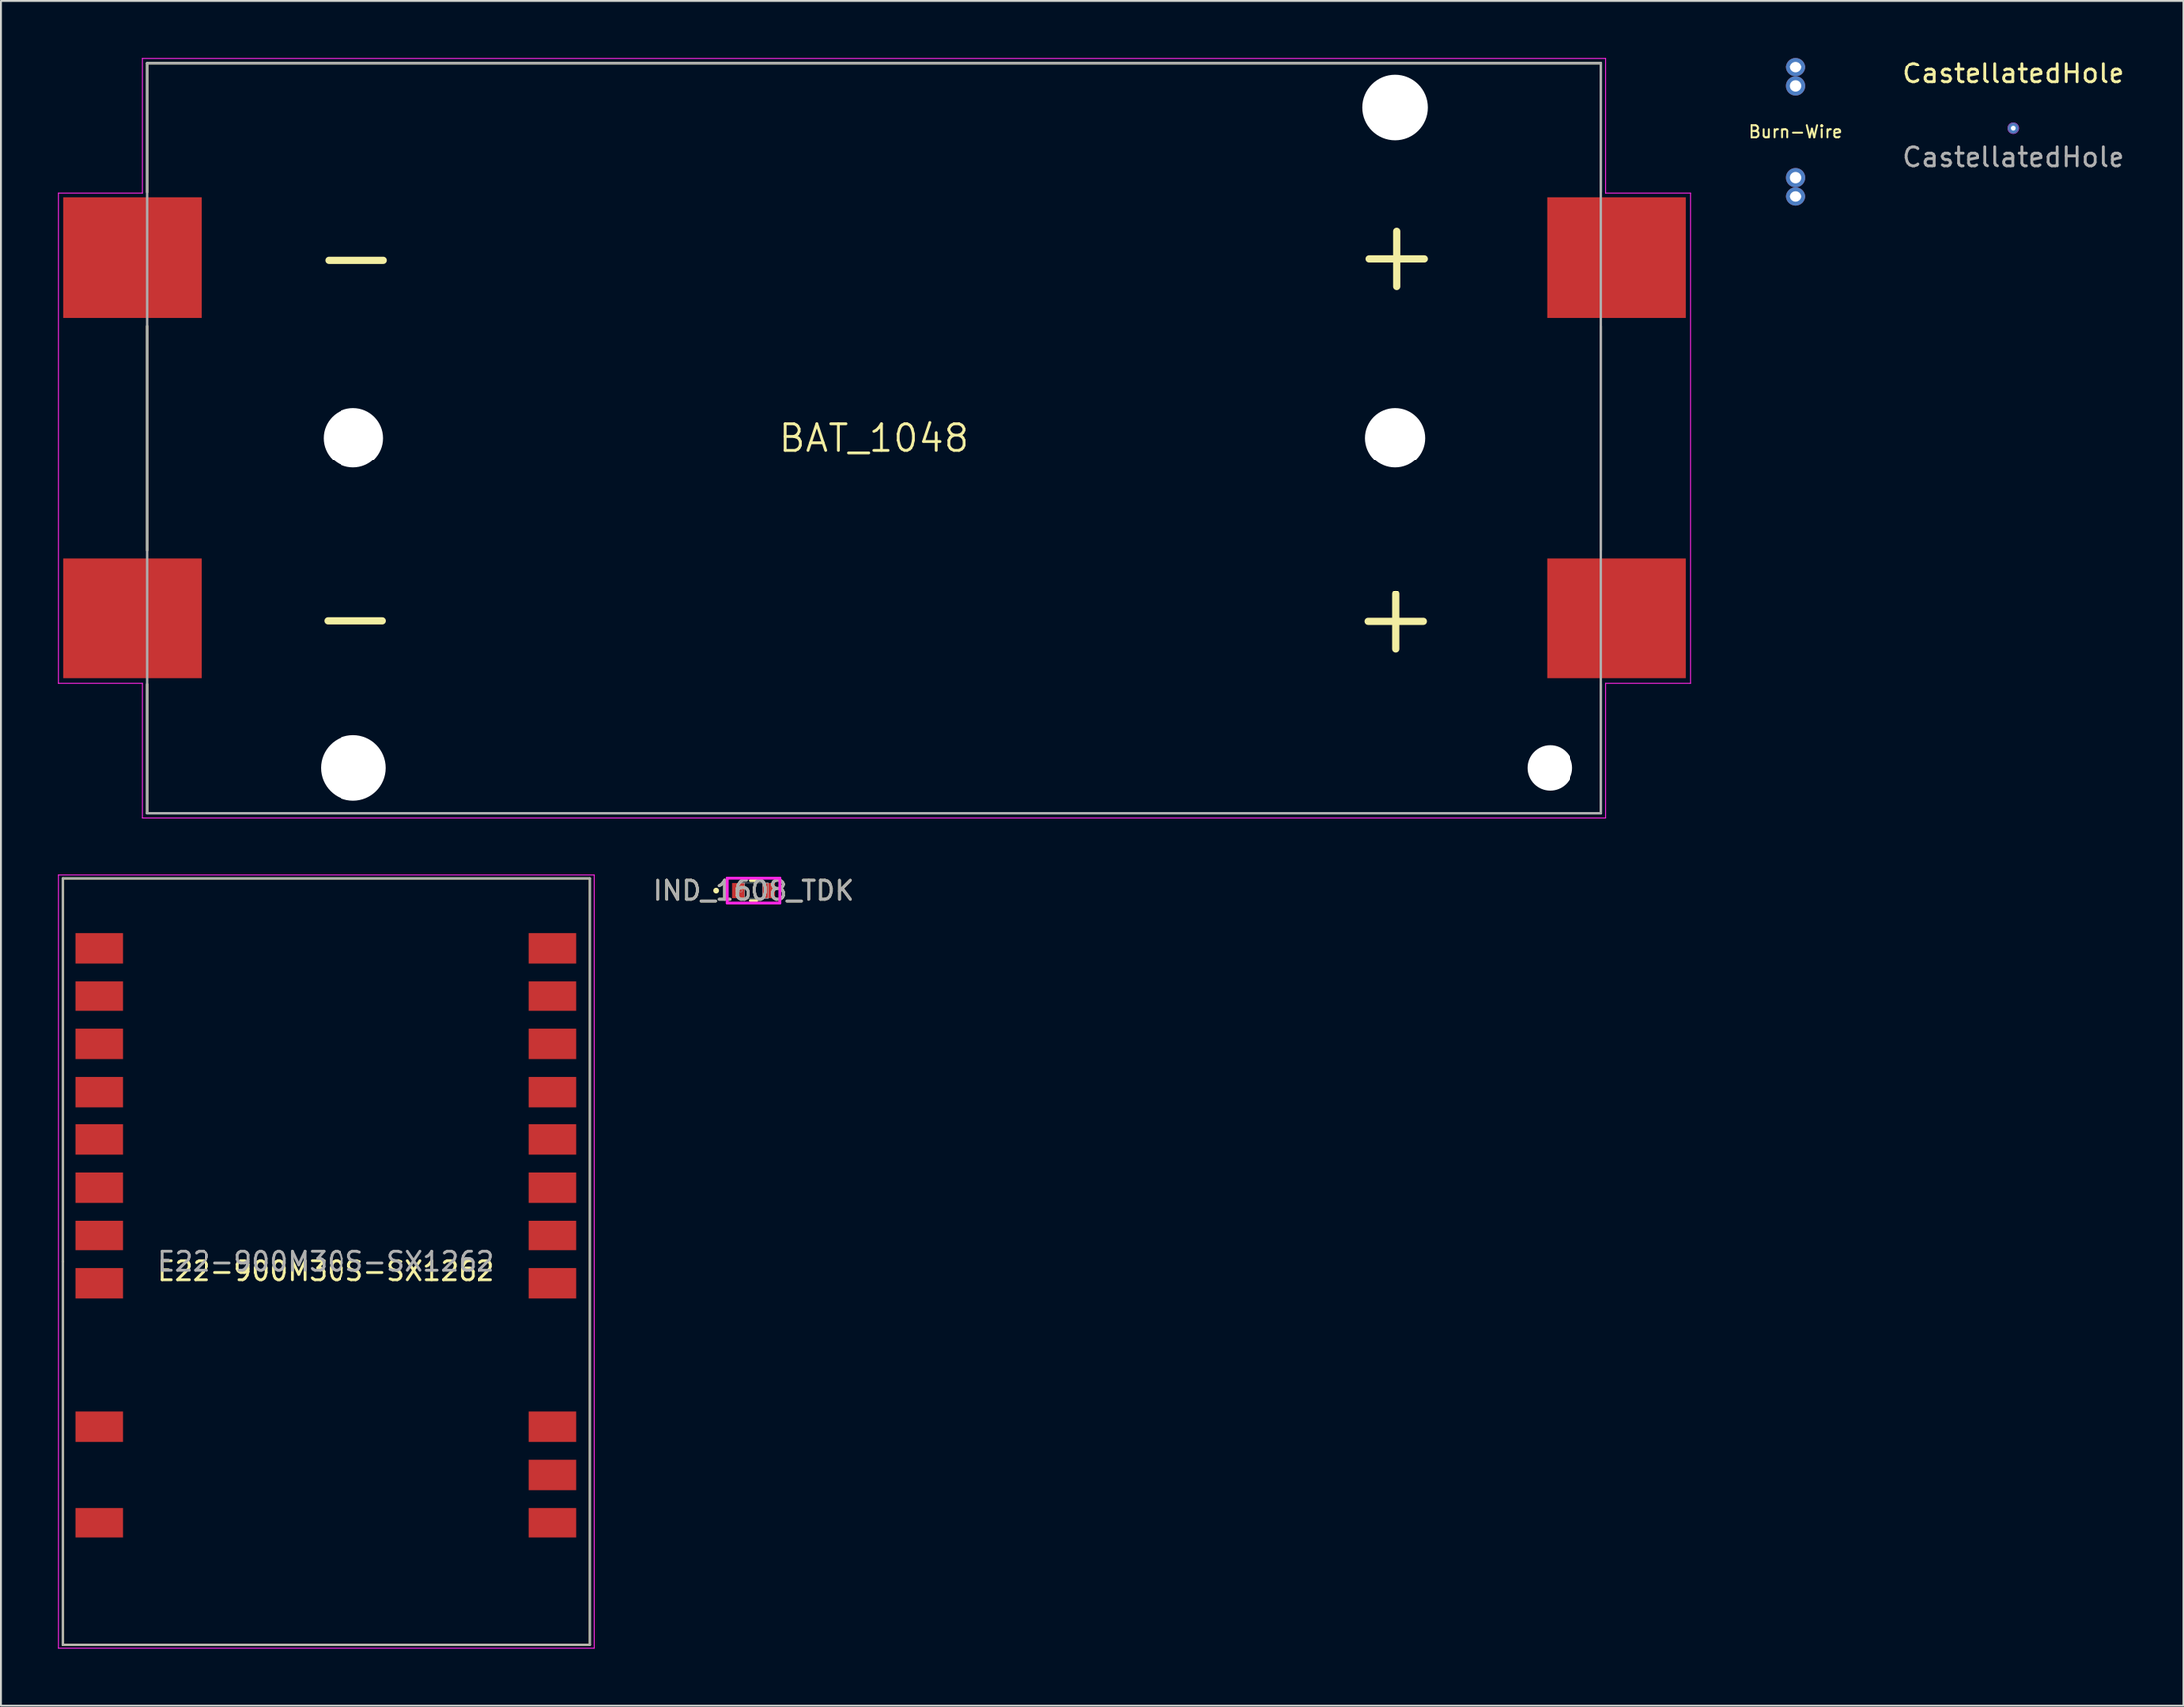
<source format=kicad_pcb>
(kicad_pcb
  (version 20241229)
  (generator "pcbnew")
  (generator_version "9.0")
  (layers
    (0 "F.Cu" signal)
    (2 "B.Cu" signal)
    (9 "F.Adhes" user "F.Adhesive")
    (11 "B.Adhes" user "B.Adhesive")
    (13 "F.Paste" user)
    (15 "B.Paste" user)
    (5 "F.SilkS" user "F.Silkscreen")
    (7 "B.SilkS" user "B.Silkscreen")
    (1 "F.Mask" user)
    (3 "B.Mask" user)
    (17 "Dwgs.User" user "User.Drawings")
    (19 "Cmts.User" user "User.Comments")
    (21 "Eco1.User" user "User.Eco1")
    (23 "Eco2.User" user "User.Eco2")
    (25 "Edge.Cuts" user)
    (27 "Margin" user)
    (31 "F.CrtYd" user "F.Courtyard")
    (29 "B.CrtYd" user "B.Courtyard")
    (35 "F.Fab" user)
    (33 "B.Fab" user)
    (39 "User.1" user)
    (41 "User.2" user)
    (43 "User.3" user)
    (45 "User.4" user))
  (footprint "E22-900M30S-SX1262"
    (layer "F.Cu")
    (at 14.225 62.445)
    (property "Reference" "E22-900M30S-SX1262" (at 0 1.91 0) (layer "F.SilkS") (effects (font (size 1 1) (thickness 0.15))))
    (attr smd)
    (fp_line (start -13.97 -18.91) (end -13.97 1.41) (stroke (width 0.12) (type solid)) (layer "F.SilkS"))
    (fp_line (start -13.97 1.41) (end -13.97 21.73) (stroke (width 0.12) (type solid)) (layer "F.SilkS"))
    (fp_line (start -13.97 21.73) (end 13.97 21.73) (stroke (width 0.12) (type solid)) (layer "F.SilkS"))
    (fp_line (start 13.97 -18.91) (end -13.97 -18.91) (stroke (width 0.12) (type solid)) (layer "F.SilkS"))
    (fp_line (start 13.97 21.73) (end 13.97 -18.91) (stroke (width 0.12) (type solid)) (layer "F.SilkS"))
    (fp_line (start -14.2 -19.09) (end 14.2 -19.09) (stroke (width 0.05) (type solid)) (layer "F.CrtYd"))
    (fp_line (start -14.2 21.91) (end -14.2 -19.09) (stroke (width 0.05) (type solid)) (layer "F.CrtYd"))
    (fp_line (start 14.2 -19.09) (end 14.2 21.91) (stroke (width 0.05) (type solid)) (layer "F.CrtYd"))
    (fp_line (start 14.2 21.91) (end -14.2 21.91) (stroke (width 0.05) (type solid)) (layer "F.CrtYd"))
    (fp_line (start -13.97 -18.91) (end -13.97 21.73) (stroke (width 0.1) (type solid)) (layer "F.Fab"))
    (fp_line (start -13.97 21.73) (end 13.97 21.73) (stroke (width 0.1) (type solid)) (layer "F.Fab"))
    (fp_line (start 13.97 -18.91) (end -13.97 -18.91) (stroke (width 0.1) (type solid)) (layer "F.Fab"))
    (fp_line (start 13.97 21.73) (end 13.97 -18.91) (stroke (width 0.1) (type solid)) (layer "F.Fab"))
    (fp_text user "${REFERENCE}" (at 0 1.41 0) (layer "F.Fab") (effects (font (size 1 1) (thickness 0.15))))
    (pad "1" smd rect (at 12 15.23) (size 2.5 1.6) (layers "F.Cu" "F.Mask" "F.Paste"))
    (pad "2" smd rect (at 12 12.69) (size 2.5 1.6) (layers "F.Cu" "F.Mask" "F.Paste"))
    (pad "3" smd rect (at 12 10.15) (size 2.5 1.6) (layers "F.Cu" "F.Mask" "F.Paste"))
    (pad "4" smd rect (at 12 2.55) (size 2.5 1.6) (layers "F.Cu" "F.Mask" "F.Paste"))
    (pad "5" smd rect (at 12 0.01) (size 2.5 1.6) (layers "F.Cu" "F.Mask" "F.Paste"))
    (pad "6" smd rect (at 12 -2.53) (size 2.5 1.6) (layers "F.Cu" "F.Mask" "F.Paste"))
    (pad "7" smd rect (at 12 -5.07) (size 2.5 1.6) (layers "F.Cu" "F.Mask" "F.Paste"))
    (pad "8" smd rect (at 12 -7.61) (size 2.5 1.6) (layers "F.Cu" "F.Mask" "F.Paste"))
    (pad "9" smd rect (at 12 -10.15) (size 2.5 1.6) (layers "F.Cu" "F.Mask" "F.Paste"))
    (pad "10" smd rect (at 12 -12.69) (size 2.5 1.6) (layers "F.Cu" "F.Mask" "F.Paste"))
    (pad "11" smd rect (at 12 -15.23) (size 2.5 1.6) (layers "F.Cu" "F.Mask" "F.Paste"))
    (pad "12" smd rect (at -12 -15.23) (size 2.5 1.6) (layers "F.Cu" "F.Mask" "F.Paste"))
    (pad "13" smd rect (at -12 -12.69) (size 2.5 1.6) (layers "F.Cu" "F.Mask" "F.Paste"))
    (pad "14" smd rect (at -12 -10.15) (size 2.5 1.6) (layers "F.Cu" "F.Mask" "F.Paste"))
    (pad "15" smd rect (at -12 -7.61) (size 2.5 1.6) (layers "F.Cu" "F.Mask" "F.Paste"))
    (pad "16" smd rect (at -12 -5.07) (size 2.5 1.6) (layers "F.Cu" "F.Mask" "F.Paste"))
    (pad "17" smd rect (at -12 -2.53) (size 2.5 1.6) (layers "F.Cu" "F.Mask" "F.Paste"))
    (pad "18" smd rect (at -12 0.01) (size 2.5 1.6) (layers "F.Cu" "F.Mask" "F.Paste"))
    (pad "19" smd rect (at -12 2.55) (size 2.5 1.6) (layers "F.Cu" "F.Mask" "F.Paste"))
    (pad "20" smd rect (at -12 10.15) (size 2.5 1.6) (layers "F.Cu" "F.Mask" "F.Paste"))
    (pad "22" smd rect (at -12 15.23) (size 2.5 1.6) (layers "F.Cu" "F.Mask" "F.Paste")))
  (footprint "IND_1608_TDK"
    (layer "F.Cu")
    (at 36.885 44.178)
    (property "Reference" "IND_1608_TDK" (at 0 0 0) (unlocked yes) (layer "F.SilkS") (effects (font (size 1 1) (thickness 0.15))))
    (attr smd)
    (fp_line (start -0.192 0.527) (end 0.192 0.527) (stroke (width 0.152) (type solid)) (layer "F.SilkS"))
    (fp_line (start 0.192 -0.527) (end -0.192 -0.527) (stroke (width 0.152) (type solid)) (layer "F.SilkS"))
    (fp_circle (center -1.994 0) (end -1.918 0) (stroke (width 0.152) (type solid)) (fill no) (layer "F.SilkS"))
    (fp_line (start -1.41 -0.654) (end 1.41 -0.654) (stroke (width 0.152) (type solid)) (layer "F.CrtYd"))
    (fp_line (start -1.41 0.654) (end -1.41 -0.654) (stroke (width 0.152) (type solid)) (layer "F.CrtYd"))
    (fp_line (start 1.41 -0.654) (end 1.41 0.654) (stroke (width 0.152) (type solid)) (layer "F.CrtYd"))
    (fp_line (start 1.41 0.654) (end -1.41 0.654) (stroke (width 0.152) (type solid)) (layer "F.CrtYd"))
    (fp_line (start -0.8 -0.4) (end -0.8 0.4) (stroke (width 0.025) (type solid)) (layer "F.Fab"))
    (fp_line (start -0.8 -0.4) (end -0.8 0.4) (stroke (width 0.025) (type solid)) (layer "F.Fab"))
    (fp_line (start -0.8 0.4) (end -0.5 0.4) (stroke (width 0.025) (type solid)) (layer "F.Fab"))
    (fp_line (start -0.8 0.4) (end 0.8 0.4) (stroke (width 0.025) (type solid)) (layer "F.Fab"))
    (fp_line (start -0.5 -0.4) (end -0.8 -0.4) (stroke (width 0.025) (type solid)) (layer "F.Fab"))
    (fp_line (start -0.5 0.4) (end -0.5 -0.4) (stroke (width 0.025) (type solid)) (layer "F.Fab"))
    (fp_line (start 0.5 -0.4) (end 0.5 0.4) (stroke (width 0.025) (type solid)) (layer "F.Fab"))
    (fp_line (start 0.5 0.4) (end 0.8 0.4) (stroke (width 0.025) (type solid)) (layer "F.Fab"))
    (fp_line (start 0.8 -0.4) (end -0.8 -0.4) (stroke (width 0.025) (type solid)) (layer "F.Fab"))
    (fp_line (start 0.8 -0.4) (end 0.5 -0.4) (stroke (width 0.025) (type solid)) (layer "F.Fab"))
    (fp_line (start 0.8 0.4) (end 0.8 -0.4) (stroke (width 0.025) (type solid)) (layer "F.Fab"))
    (fp_line (start 0.8 0.4) (end 0.8 -0.4) (stroke (width 0.025) (type solid)) (layer "F.Fab"))
    (fp_circle (center -0.701 0) (end -0.625 0) (stroke (width 0.025) (type solid)) (fill no) (layer "F.Fab"))
    (fp_text user "${REFERENCE}" (at 0 0 0) (unlocked yes) (layer "F.Fab") (effects (font (size 1 1) (thickness 0.15))))
    (pad "1" smd rect (at -0.828 0) (size 0.656 0.8) (layers "F.Cu" "F.Mask" "F.Paste"))
    (pad "2" smd rect (at 0.828 0) (size 0.656 0.8) (layers "F.Cu" "F.Mask" "F.Paste"))
    (zone (net_name "") (layer "F.Cu") (hatch full 0.508) (connect_pads) (min_thickness 0.254) (filled_areas_thickness no) (keepout (tracks not_allowed) (vias not_allowed) (pads allowed) (copperpour not_allowed) (footprints allowed)) (placement (enabled no)) (fill) (polygon (pts (xy 36.435 43.829) (xy 37.334 43.829) (xy 37.334 44.527) (xy 36.435 44.527)))))
  (footprint "Burn-Wire"
    (layer "F.Cu")
    (at 92.103 3.937)
    (property "Reference" "Burn-Wire" (at 0 0 180) (layer "F.SilkS") (effects (font (size 0.635 0.635) (thickness 0.102))))
    (attr through_hole)
    (pad "1" thru_hole circle (at 0 -3.429) (size 1.016 1.016) (drill 0.6) (layers "*.Cu" "*.Mask"))
    (pad "1" thru_hole circle (at 0 -2.413) (size 1.016 1.016) (drill 0.6) (layers "*.Cu" "*.Mask"))
    (pad "2" thru_hole circle (at 0 2.413) (size 1.016 1.016) (drill 0.6) (layers "*.Cu" "*.Mask"))
    (pad "2" thru_hole circle (at 0 3.429) (size 1.016 1.016) (drill 0.6) (layers "*.Cu" "*.Mask")))
  (footprint "BAT_1048"
    (layer "F.Cu")
    (at 43.275 20.165)
    (property "Reference" "BAT_1048" (at 0 0 0) (layer "F.SilkS") (effects (font (size 1.4 1.4) (thickness 0.15))))
    (attr through_hole)
    (fp_line (start -38.53 -19.89) (end 38.53 -19.89) (stroke (width 0.127) (type solid)) (layer "F.SilkS"))
    (fp_line (start -38.53 -13.05) (end -38.53 -19.89) (stroke (width 0.127) (type solid)) (layer "F.SilkS"))
    (fp_line (start -38.53 -5.95) (end -38.53 5.95) (stroke (width 0.127) (type solid)) (layer "F.SilkS"))
    (fp_line (start -38.53 13.05) (end -38.53 19.89) (stroke (width 0.127) (type solid)) (layer "F.SilkS"))
    (fp_line (start -38.53 19.89) (end 38.53 19.89) (stroke (width 0.127) (type solid)) (layer "F.SilkS"))
    (fp_line (start 38.53 -19.89) (end 38.53 -13.05) (stroke (width 0.127) (type solid)) (layer "F.SilkS"))
    (fp_line (start 38.53 -5.95) (end 38.53 5.95) (stroke (width 0.127) (type solid)) (layer "F.SilkS"))
    (fp_line (start 38.53 19.89) (end 38.53 13.05) (stroke (width 0.127) (type solid)) (layer "F.SilkS"))
    (fp_line (start -43.25 -13) (end -38.78 -13) (stroke (width 0.05) (type solid)) (layer "F.CrtYd"))
    (fp_line (start -43.25 13) (end -43.25 -13) (stroke (width 0.05) (type solid)) (layer "F.CrtYd"))
    (fp_line (start -38.78 -20.14) (end 38.78 -20.14) (stroke (width 0.05) (type solid)) (layer "F.CrtYd"))
    (fp_line (start -38.78 -13) (end -38.78 -20.14) (stroke (width 0.05) (type solid)) (layer "F.CrtYd"))
    (fp_line (start -38.78 13) (end -43.25 13) (stroke (width 0.05) (type solid)) (layer "F.CrtYd"))
    (fp_line (start -38.78 20.14) (end -38.78 13) (stroke (width 0.05) (type solid)) (layer "F.CrtYd"))
    (fp_line (start 38.78 -20.14) (end 38.78 -13) (stroke (width 0.05) (type solid)) (layer "F.CrtYd"))
    (fp_line (start 38.78 -13) (end 43.25 -13) (stroke (width 0.05) (type solid)) (layer "F.CrtYd"))
    (fp_line (start 38.78 13) (end 38.78 20.14) (stroke (width 0.05) (type solid)) (layer "F.CrtYd"))
    (fp_line (start 38.78 20.14) (end -38.78 20.14) (stroke (width 0.05) (type solid)) (layer "F.CrtYd"))
    (fp_line (start 43.25 -13) (end 43.25 13) (stroke (width 0.05) (type solid)) (layer "F.CrtYd"))
    (fp_line (start 43.25 13) (end 38.78 13) (stroke (width 0.05) (type solid)) (layer "F.CrtYd"))
    (fp_line (start -38.53 -19.89) (end 38.53 -19.89) (stroke (width 0.127) (type solid)) (layer "F.Fab"))
    (fp_line (start -38.53 19.89) (end -38.53 -19.89) (stroke (width 0.127) (type solid)) (layer "F.Fab"))
    (fp_line (start 38.53 -19.89) (end 38.53 19.89) (stroke (width 0.127) (type solid)) (layer "F.Fab"))
    (fp_line (start 38.53 19.89) (end -38.53 19.89) (stroke (width 0.127) (type solid)) (layer "F.Fab"))
    (fp_text user "-" (at -27.508 9.423 0) (unlocked yes) (layer "F.SilkS") (effects (font (size 3.81 3.81) (thickness 0.381)) (justify mirror)))
    (fp_text user "-" (at -27.457 -9.703 0) (unlocked yes) (layer "F.SilkS") (effects (font (size 3.81 3.81) (thickness 0.381)) (justify mirror)))
    (fp_text user "+" (at 27.635 9.449 0) (unlocked yes) (layer "F.SilkS") (effects (font (size 3.81 3.81) (thickness 0.381)) (justify mirror)))
    (fp_text user "+" (at 27.686 -9.779 0) (unlocked yes) (layer "F.SilkS") (effects (font (size 3.81 3.81) (thickness 0.381)) (justify mirror)))
    (pad "" np_thru_hole circle (at -27.6 0) (size 3.17 3.17) (drill 3.17) (layers "*.Cu" "*.Mask"))
    (pad "" np_thru_hole circle (at -27.6 17.505) (size 3.45 3.45) (drill 3.45) (layers "*.Cu" "*.Mask"))
    (pad "" np_thru_hole circle (at 27.6 -17.505) (size 3.45 3.45) (drill 3.45) (layers "*.Cu" "*.Mask"))
    (pad "" np_thru_hole circle (at 27.6 0) (size 3.17 3.17) (drill 3.17) (layers "*.Cu" "*.Mask"))
    (pad "" np_thru_hole circle (at 35.82 17.505) (size 2.39 2.39) (drill 2.39) (layers "*.Cu" "*.Mask"))
    (pad "1" smd rect (at -39.33 -9.555) (size 7.34 6.35) (layers "F.Cu" "F.Mask" "F.Paste"))
    (pad "2" smd rect (at 39.33 -9.555) (size 7.34 6.35) (layers "F.Cu" "F.Mask" "F.Paste"))
    (pad "3" smd rect (at -39.33 9.555) (size 7.34 6.35) (layers "F.Cu" "F.Mask" "F.Paste"))
    (pad "4" smd rect (at 39.33 9.555) (size 7.34 6.35) (layers "F.Cu" "F.Mask" "F.Paste")))
  (footprint "CastellatedHole"
    (layer "F.Cu")
    (at 103.663 3.748)
    (property "Reference" "CastellatedHole" (at 0 -2.9 0) (layer "F.SilkS") (effects (font (size 1 1) (thickness 0.15))))
    (attr exclude_from_pos_files exclude_from_bom)
    (fp_circle (center 0 0) (end 0.275 0) (stroke (width 0.025) (type solid)) (fill no) (layer "Cmts.User"))
    (fp_circle (center 0 0) (end 0.29 0) (stroke (width 0.025) (type solid)) (fill no) (layer "F.CrtYd"))
    (fp_text user "${REFERENCE}" (at 0 1.524 0) (layer "F.Fab") (effects (font (size 1 1) (thickness 0.15))))
    (pad "1" thru_hole circle (at 0 0) (size 0.508 0.508) (drill 0.254) (layers "*.Cu" "*.Mask")))
  (gr_rect
    (start -3 -3)
    (end 112.669 87.38)
    (stroke (width 0.1) (type default))
    (fill no)
    (layer "Edge.Cuts")))
</source>
